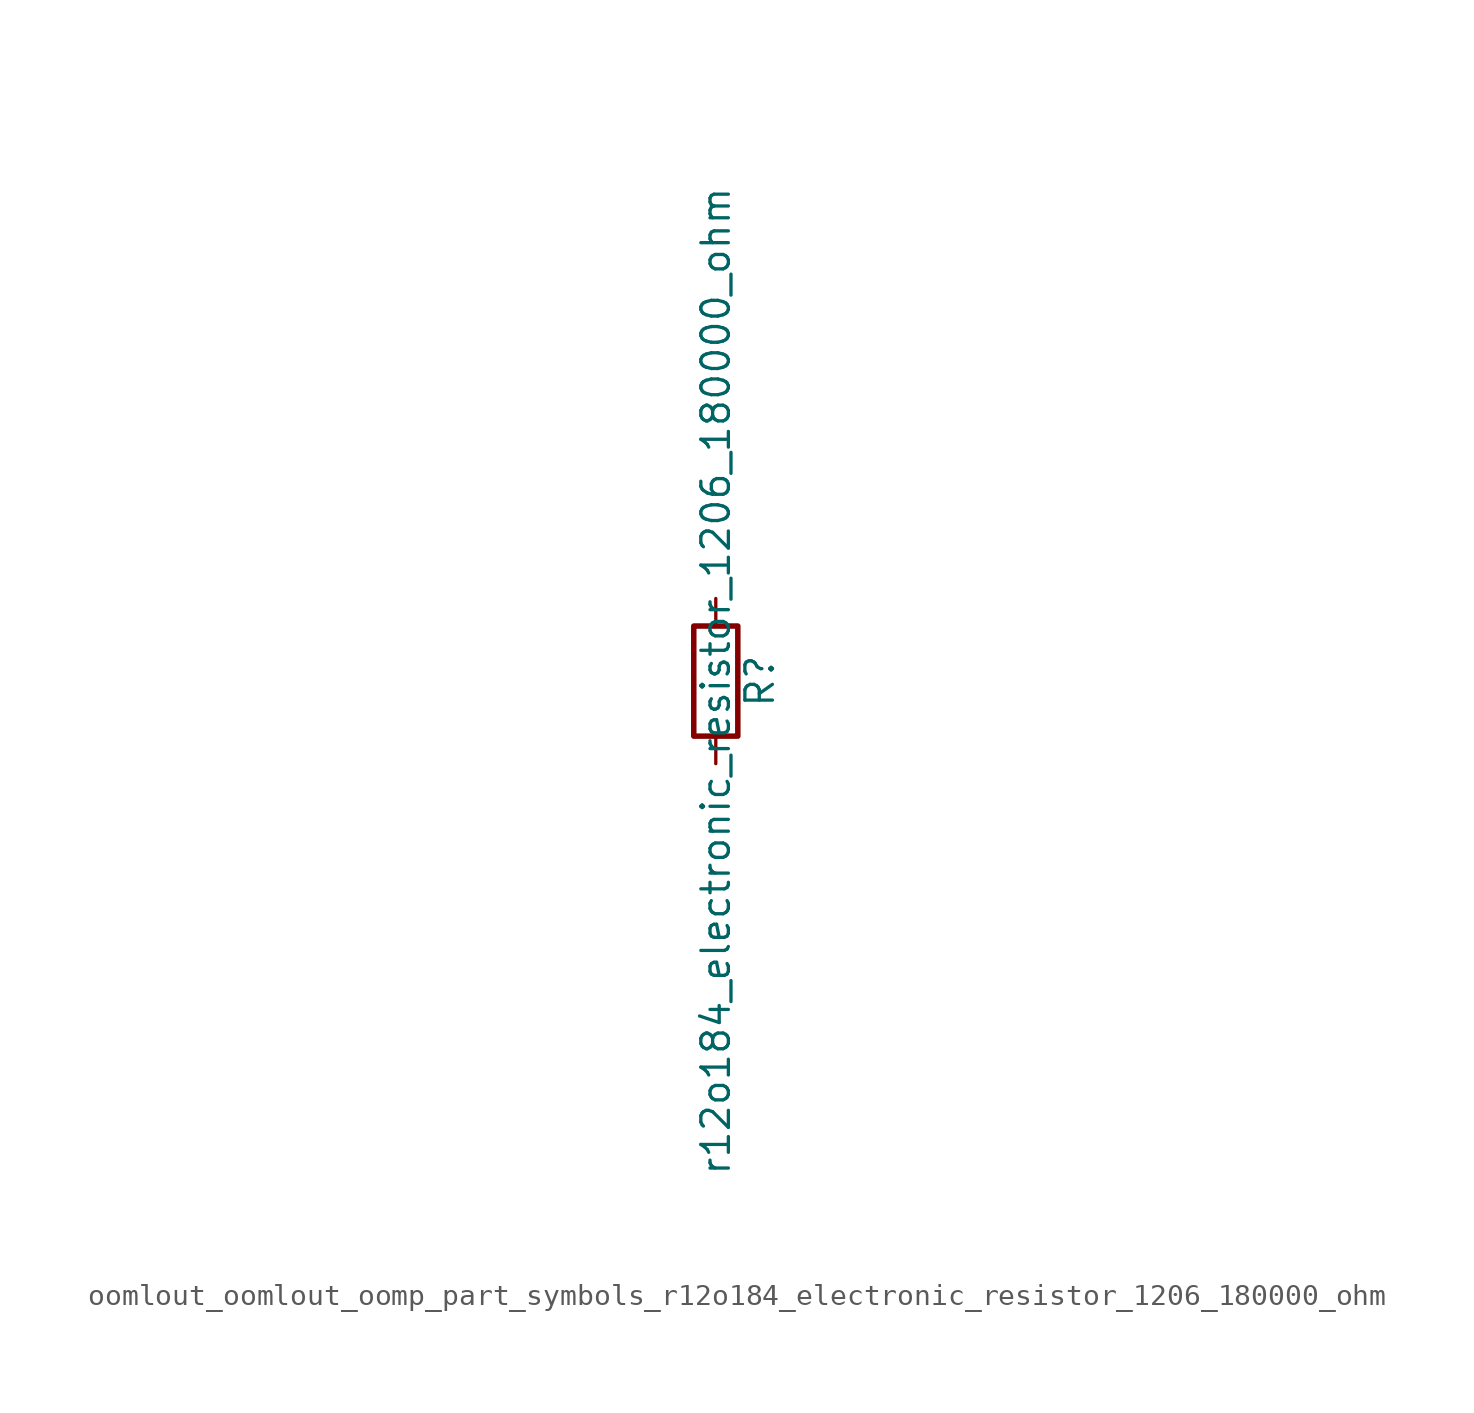
<source format=kicad_sym>
(kicad_symbol_lib
  (version 20220914)
  (generator kicad_symbol_editor)
  (symbol "oomlout_oomlout_oomp_part_symbols_r12o184_electronic_resistor_1206_180000_ohm"
    (pin_numbers hide)
    (pin_names
      (offset 0))
    (property "Reference" "R"
      (at 2.032 0 90)
      (effects (font (size 1.27 1.27))))
    (property "Value" "r12o184_electronic_resistor_1206_180000_ohm"
      (at 0 0 90)
      (effects (font (size 1.27 1.27))))
    (symbol "oomlout_oomlout_oomp_part_symbols_r12o184_electronic_resistor_1206_180000_ohm_0_1"
      (rectangle (start -1.016 -2.54) (end 1.016 2.54) (stroke (width 0.254) (type default)) (fill (type none))))
    (symbol "oomlout_oomlout_oomp_part_symbols_r12o184_electronic_resistor_1206_180000_ohm_1_1"
      (pin passive line (at 0 3.81 270) (length 1.27) (name "~" (effects (font (size 1.27 1.27)))) (number "1" (effects (font (size 1.27 1.27)))))
      (pin passive line (at 0 -3.81 90) (length 1.27) (name "~" (effects (font (size 1.27 1.27)))) (number "2" (effects (font (size 1.27 1.27))))))))
</source>
